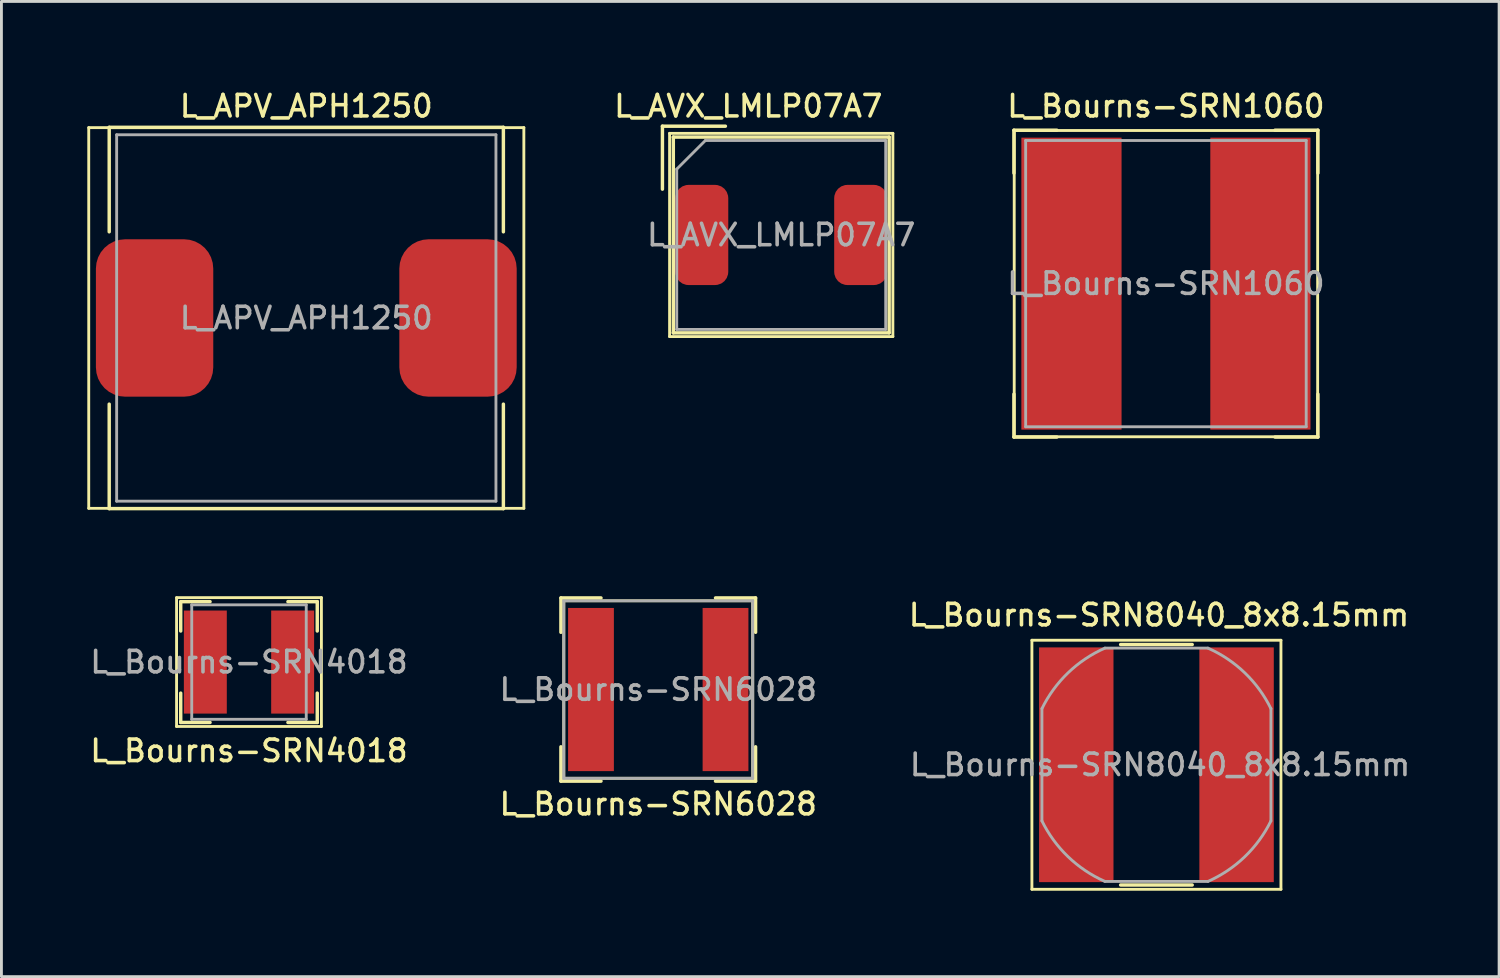
<source format=kicad_pcb>
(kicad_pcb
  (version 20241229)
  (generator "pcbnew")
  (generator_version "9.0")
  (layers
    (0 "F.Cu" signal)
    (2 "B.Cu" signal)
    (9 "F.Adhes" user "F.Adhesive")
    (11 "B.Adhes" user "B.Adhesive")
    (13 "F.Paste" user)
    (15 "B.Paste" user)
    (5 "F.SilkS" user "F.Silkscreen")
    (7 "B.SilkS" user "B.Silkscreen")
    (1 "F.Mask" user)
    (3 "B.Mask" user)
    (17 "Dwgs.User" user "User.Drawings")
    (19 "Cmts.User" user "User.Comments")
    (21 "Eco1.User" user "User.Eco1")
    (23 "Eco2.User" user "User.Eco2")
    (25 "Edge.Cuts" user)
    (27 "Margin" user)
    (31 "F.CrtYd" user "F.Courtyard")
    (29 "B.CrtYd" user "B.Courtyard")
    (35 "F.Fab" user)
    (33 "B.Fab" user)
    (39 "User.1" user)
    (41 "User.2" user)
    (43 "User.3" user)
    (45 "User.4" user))
  (footprint "L_APV_APH1250"
    (layer "F.Cu")
    (at 7.65 8.058)
    (property "Reference" "L_APV_APH1250" (at 0 -7.4 0) (layer "F.SilkS") (effects (font (size 0.75 0.75) (thickness 0.125))))
    (attr smd)
    (fp_line (start -7.6 -6.65) (end -7.6 6.65) (stroke (width 0.1) (type solid)) (layer "F.SilkS"))
    (fp_line (start -7.6 6.65) (end 7.6 6.65) (stroke (width 0.1) (type solid)) (layer "F.SilkS"))
    (fp_line (start -6.885 -6.66) (end -6.885 -3.01) (stroke (width 0.12) (type solid)) (layer "F.SilkS"))
    (fp_line (start -6.885 -6.66) (end 6.885 -6.66) (stroke (width 0.12) (type solid)) (layer "F.SilkS"))
    (fp_line (start -6.885 6.66) (end -6.885 3.01) (stroke (width 0.12) (type solid)) (layer "F.SilkS"))
    (fp_line (start -6.885 6.66) (end 6.885 6.66) (stroke (width 0.12) (type solid)) (layer "F.SilkS"))
    (fp_line (start 6.885 -6.66) (end 6.885 -3.01) (stroke (width 0.12) (type solid)) (layer "F.SilkS"))
    (fp_line (start 6.885 6.66) (end 6.885 3.01) (stroke (width 0.12) (type solid)) (layer "F.SilkS"))
    (fp_line (start 7.6 -6.65) (end -7.6 -6.65) (stroke (width 0.1) (type solid)) (layer "F.SilkS"))
    (fp_line (start 7.6 6.65) (end 7.6 -6.65) (stroke (width 0.1) (type solid)) (layer "F.SilkS"))
    (fp_line (start -6.625 -6.4) (end -6.625 6.4) (stroke (width 0.1) (type solid)) (layer "F.Fab"))
    (fp_line (start -6.625 6.4) (end 6.625 6.4) (stroke (width 0.1) (type solid)) (layer "F.Fab"))
    (fp_line (start 6.625 -6.4) (end -6.625 -6.4) (stroke (width 0.1) (type solid)) (layer "F.Fab"))
    (fp_line (start 6.625 6.4) (end 6.625 -6.4) (stroke (width 0.1) (type solid)) (layer "F.Fab"))
    (fp_text user "${REFERENCE}" (at 0 0 0) (layer "F.Fab") (effects (font (size 0.75 0.75) (thickness 0.125))))
    (pad "1" smd roundrect (at -5.3 0) (size 4.1 5.5) (layers "F.Cu" "F.Mask" "F.Paste") (roundrect_rratio 0.25))
    (pad "2" smd roundrect (at 5.3 0) (size 4.1 5.5) (layers "F.Cu" "F.Mask" "F.Paste") (roundrect_rratio 0.25)))
  (footprint "L_AVX_LMLP07A7"
    (layer "F.Cu")
    (at 24.241 5.158)
    (property "Reference" "L_AVX_LMLP07A7" (at -1.15 -4.5 0) (layer "F.SilkS") (effects (font (size 0.75 0.75) (thickness 0.125))))
    (attr smd)
    (fp_line (start -4.15 -3.8) (end -1.95 -3.8) (stroke (width 0.12) (type solid)) (layer "F.SilkS"))
    (fp_line (start -4.15 -1.6) (end -4.15 -3.8) (stroke (width 0.12) (type solid)) (layer "F.SilkS"))
    (fp_line (start -3.9 -3.55) (end -3.9 3.55) (stroke (width 0.1) (type solid)) (layer "F.SilkS"))
    (fp_line (start -3.9 -3.55) (end 3.9 -3.55) (stroke (width 0.1) (type solid)) (layer "F.SilkS"))
    (fp_line (start -3.9 3.55) (end 3.9 3.55) (stroke (width 0.1) (type solid)) (layer "F.SilkS"))
    (fp_line (start -3.77 -3.42) (end -3.77 3.42) (stroke (width 0.12) (type solid)) (layer "F.SilkS"))
    (fp_line (start -3.77 -3.42) (end 3.77 -3.42) (stroke (width 0.12) (type solid)) (layer "F.SilkS"))
    (fp_line (start -3.77 3.42) (end 3.77 3.42) (stroke (width 0.12) (type solid)) (layer "F.SilkS"))
    (fp_line (start 3.77 -3.42) (end 3.77 3.42) (stroke (width 0.12) (type solid)) (layer "F.SilkS"))
    (fp_line (start 3.9 -3.55) (end 3.9 3.55) (stroke (width 0.1) (type solid)) (layer "F.SilkS"))
    (fp_line (start -3.65 -2.3) (end -2.65 -3.3) (stroke (width 0.1) (type solid)) (layer "F.Fab"))
    (fp_line (start -3.65 3.3) (end -3.65 -2.3) (stroke (width 0.1) (type solid)) (layer "F.Fab"))
    (fp_line (start -2.65 -3.3) (end 3.65 -3.3) (stroke (width 0.1) (type solid)) (layer "F.Fab"))
    (fp_line (start 3.65 -3.3) (end 3.65 3.3) (stroke (width 0.1) (type solid)) (layer "F.Fab"))
    (fp_line (start 3.65 3.3) (end -3.65 3.3) (stroke (width 0.1) (type solid)) (layer "F.Fab"))
    (fp_text user "${REFERENCE}" (at 0 0 0) (layer "F.Fab") (effects (font (size 0.75 0.75) (thickness 0.125))))
    (pad "1" smd roundrect (at -2.775 0) (size 1.85 3.5) (layers "F.Cu" "F.Mask" "F.Paste") (roundrect_rratio 0.25))
    (pad "2" smd roundrect (at 2.775 0) (size 1.85 3.5) (layers "F.Cu" "F.Mask" "F.Paste") (roundrect_rratio 0.25)))
  (footprint "L_Bourns-SRN6028"
    (layer "F.Cu")
    (at 19.945 21.038)
    (property "Reference" "L_Bourns-SRN6028" (at 0 4 0) (layer "F.SilkS") (effects (font (size 0.75 0.75) (thickness 0.125))))
    (attr smd)
    (fp_line (start -3.4 -3.2) (end -3.4 -2) (stroke (width 0.12) (type solid)) (layer "F.SilkS"))
    (fp_line (start -3.4 -3.2) (end -2 -3.2) (stroke (width 0.12) (type solid)) (layer "F.SilkS"))
    (fp_line (start -3.4 3.2) (end -3.4 2) (stroke (width 0.12) (type solid)) (layer "F.SilkS"))
    (fp_line (start -3.4 3.2) (end -2 3.2) (stroke (width 0.12) (type solid)) (layer "F.SilkS"))
    (fp_line (start -3.3 -3.1) (end -3.3 3.1) (stroke (width 0.1) (type solid)) (layer "F.SilkS"))
    (fp_line (start -3.3 -3.1) (end 3.3 -3.1) (stroke (width 0.1) (type solid)) (layer "F.SilkS"))
    (fp_line (start 3.3 -3.1) (end 3.3 3.1) (stroke (width 0.1) (type solid)) (layer "F.SilkS"))
    (fp_line (start 3.3 3.1) (end -3.3 3.1) (stroke (width 0.1) (type solid)) (layer "F.SilkS"))
    (fp_line (start 3.4 -3.2) (end 2 -3.2) (stroke (width 0.12) (type solid)) (layer "F.SilkS"))
    (fp_line (start 3.4 -3.2) (end 3.4 -2) (stroke (width 0.12) (type solid)) (layer "F.SilkS"))
    (fp_line (start 3.4 3.2) (end 2 3.2) (stroke (width 0.12) (type solid)) (layer "F.SilkS"))
    (fp_line (start 3.4 3.2) (end 3.4 2) (stroke (width 0.12) (type solid)) (layer "F.SilkS"))
    (fp_line (start -3.3 -3.1) (end -3.3 3.1) (stroke (width 0.1) (type solid)) (layer "F.Fab"))
    (fp_line (start -3.3 -3.1) (end 3.3 -3.1) (stroke (width 0.1) (type solid)) (layer "F.Fab"))
    (fp_line (start 3.3 -3.1) (end 3.3 3.1) (stroke (width 0.1) (type solid)) (layer "F.Fab"))
    (fp_line (start 3.3 3.1) (end -3.3 3.1) (stroke (width 0.1) (type solid)) (layer "F.Fab"))
    (fp_text user "${REFERENCE}" (at 0 0 0) (layer "F.Fab") (effects (font (size 0.75 0.75) (thickness 0.125))))
    (pad "1" smd rect (at -2.35 0) (size 1.6 5.7) (layers "F.Cu" "F.Mask" "F.Paste"))
    (pad "2" smd rect (at 2.35 0) (size 1.6 5.7) (layers "F.Cu" "F.Mask" "F.Paste")))
  (footprint "L_Bourns-SRN8040_8x8.15mm"
    (layer "F.Cu")
    (at 37.348 23.666)
    (property "Reference" "L_Bourns-SRN8040_8x8.15mm" (at 0.09 -5.23 0) (layer "F.SilkS") (effects (font (size 0.75 0.75) (thickness 0.125))))
    (attr smd)
    (fp_line (start -4.35 -4.35) (end -4.35 4.35) (stroke (width 0.1) (type solid)) (layer "F.SilkS"))
    (fp_line (start -4.35 -4.35) (end 4.35 -4.35) (stroke (width 0.1) (type solid)) (layer "F.SilkS"))
    (fp_line (start -4.35 4.35) (end 4.35 4.35) (stroke (width 0.1) (type solid)) (layer "F.SilkS"))
    (fp_line (start -1.25 4.2) (end 1.25 4.2) (stroke (width 0.12) (type solid)) (layer "F.SilkS"))
    (fp_line (start 1.25 -4.2) (end -1.25 -4.2) (stroke (width 0.12) (type solid)) (layer "F.SilkS"))
    (fp_line (start 4.35 -4.35) (end 4.35 4.35) (stroke (width 0.1) (type solid)) (layer "F.SilkS"))
    (fp_line (start -4 -1.96) (end -4 1.96) (stroke (width 0.1) (type solid)) (layer "F.Fab"))
    (fp_line (start -1.8 -4.075) (end 1.8 -4.075) (stroke (width 0.1) (type solid)) (layer "F.Fab"))
    (fp_line (start 1.8 4.075) (end -1.8 4.075) (stroke (width 0.1) (type solid)) (layer "F.Fab"))
    (fp_line (start 4 -1.96) (end 4 1.96) (stroke (width 0.1) (type solid)) (layer "F.Fab"))
    (fp_arc (start -3.99824 -1.964613) (mid -3.085179 -3.213611) (end -1.8 -4.075) (stroke (width 0.1) (type solid)) (layer "F.Fab"))
    (fp_arc (start -1.804314 4.072598) (mid -3.088411 3.209878) (end -4 1.96) (stroke (width 0.1) (type solid)) (layer "F.Fab"))
    (fp_arc (start 1.799817 -4.074587) (mid 3.086639 -3.211582) (end 4 -1.96) (stroke (width 0.1) (type solid)) (layer "F.Fab"))
    (fp_arc (start 3.99824 1.964613) (mid 3.085179 3.213611) (end 1.8 4.075) (stroke (width 0.1) (type solid)) (layer "F.Fab"))
    (fp_text user "${REFERENCE}" (at 0.127 0 0) (layer "F.Fab") (effects (font (size 0.75 0.75) (thickness 0.125))))
    (pad "1" smd rect (at -2.8 0) (size 2.6 8.2) (layers "F.Cu" "F.Mask" "F.Paste"))
    (pad "2" smd rect (at 2.8 0) (size 2.6 8.2) (layers "F.Cu" "F.Mask" "F.Paste")))
  (footprint "L_Bourns-SRN4018"
    (layer "F.Cu")
    (at 5.648 20.078)
    (property "Reference" "L_Bourns-SRN4018" (at 0 3.1 0) (layer "F.SilkS") (effects (font (size 0.75 0.75) (thickness 0.125))))
    (attr smd)
    (fp_line (start -2.53 -2.25) (end -2.53 2.25) (stroke (width 0.1) (type solid)) (layer "F.SilkS"))
    (fp_line (start -2.53 -2.25) (end 2.53 -2.25) (stroke (width 0.1) (type solid)) (layer "F.SilkS"))
    (fp_line (start -2.53 2.25) (end 2.53 2.25) (stroke (width 0.1) (type solid)) (layer "F.SilkS"))
    (fp_line (start -2.385 -2.11) (end -2.385 -1.085) (stroke (width 0.12) (type solid)) (layer "F.SilkS"))
    (fp_line (start -2.385 -2.11) (end -1.36 -2.11) (stroke (width 0.12) (type solid)) (layer "F.SilkS"))
    (fp_line (start -2.385 2.11) (end -2.385 1.085) (stroke (width 0.12) (type solid)) (layer "F.SilkS"))
    (fp_line (start -2.385 2.11) (end -1.36 2.11) (stroke (width 0.12) (type solid)) (layer "F.SilkS"))
    (fp_line (start 2.385 -2.11) (end 1.36 -2.11) (stroke (width 0.12) (type solid)) (layer "F.SilkS"))
    (fp_line (start 2.385 -2.11) (end 2.385 -1.085) (stroke (width 0.12) (type solid)) (layer "F.SilkS"))
    (fp_line (start 2.385 2.11) (end 1.36 2.11) (stroke (width 0.12) (type solid)) (layer "F.SilkS"))
    (fp_line (start 2.385 2.11) (end 2.385 1.085) (stroke (width 0.12) (type solid)) (layer "F.SilkS"))
    (fp_line (start 2.53 -2.25) (end 2.53 2.25) (stroke (width 0.1) (type solid)) (layer "F.SilkS"))
    (fp_line (start -2 -2) (end -2 2) (stroke (width 0.1) (type solid)) (layer "F.Fab"))
    (fp_line (start -2 -2) (end 2 -2) (stroke (width 0.1) (type solid)) (layer "F.Fab"))
    (fp_line (start 2 -2) (end 2 2) (stroke (width 0.1) (type solid)) (layer "F.Fab"))
    (fp_line (start 2 2) (end -2 2) (stroke (width 0.1) (type solid)) (layer "F.Fab"))
    (fp_text user "${REFERENCE}" (at 0 0 0) (layer "F.Fab") (effects (font (size 0.75 0.75) (thickness 0.125))))
    (pad "1" smd rect (at -1.525 0) (size 1.5 3.6) (layers "F.Cu" "F.Mask" "F.Paste"))
    (pad "2" smd rect (at 1.525 0) (size 1.5 3.6) (layers "F.Cu" "F.Mask" "F.Paste")))
  (footprint "L_Bourns-SRN1060"
    (layer "F.Cu")
    (at 37.68 6.858)
    (property "Reference" "L_Bourns-SRN1060" (at 0 -6.2 0) (layer "F.SilkS") (effects (font (size 0.75 0.75) (thickness 0.125))))
    (attr smd)
    (fp_line (start -5.31 -5.36) (end -5.31 -3.86) (stroke (width 0.12) (type solid)) (layer "F.SilkS"))
    (fp_line (start -5.31 -5.36) (end -3.81 -5.36) (stroke (width 0.12) (type solid)) (layer "F.SilkS"))
    (fp_line (start -5.31 5.36) (end -5.31 3.86) (stroke (width 0.12) (type solid)) (layer "F.SilkS"))
    (fp_line (start -5.31 5.36) (end -3.81 5.36) (stroke (width 0.12) (type solid)) (layer "F.SilkS"))
    (fp_line (start -5.3 -5.35) (end -5.3 5.35) (stroke (width 0.1) (type solid)) (layer "F.SilkS"))
    (fp_line (start -5.3 -5.35) (end 5.3 -5.35) (stroke (width 0.1) (type solid)) (layer "F.SilkS"))
    (fp_line (start -5.3 5.35) (end 5.3 5.35) (stroke (width 0.1) (type solid)) (layer "F.SilkS"))
    (fp_line (start 5.3 -5.35) (end 5.3 5.35) (stroke (width 0.1) (type solid)) (layer "F.SilkS"))
    (fp_line (start 5.31 -5.36) (end 3.81 -5.36) (stroke (width 0.12) (type solid)) (layer "F.SilkS"))
    (fp_line (start 5.31 -5.36) (end 5.31 -3.86) (stroke (width 0.12) (type solid)) (layer "F.SilkS"))
    (fp_line (start 5.31 5.36) (end 3.81 5.36) (stroke (width 0.12) (type solid)) (layer "F.SilkS"))
    (fp_line (start 5.31 5.36) (end 5.31 3.86) (stroke (width 0.12) (type solid)) (layer "F.SilkS"))
    (fp_line (start -4.9 -5) (end -4.9 5) (stroke (width 0.1) (type solid)) (layer "F.Fab"))
    (fp_line (start -4.9 -5) (end 4.9 -5) (stroke (width 0.1) (type solid)) (layer "F.Fab"))
    (fp_line (start -4.9 5) (end 4.9 5) (stroke (width 0.1) (type solid)) (layer "F.Fab"))
    (fp_line (start 4.9 -5) (end 4.9 5) (stroke (width 0.1) (type solid)) (layer "F.Fab"))
    (fp_text user "${REFERENCE}" (at 0 0 0) (layer "F.Fab") (effects (font (size 0.75 0.75) (thickness 0.125))))
    (pad "1" smd rect (at -3.3 0) (size 3.5 10.2) (layers "F.Cu" "F.Mask" "F.Paste"))
    (pad "2" smd rect (at 3.3 0) (size 3.5 10.2) (layers "F.Cu" "F.Mask" "F.Paste")))
  (gr_rect
    (start -3 -3)
    (end 49.319 31.066)
    (stroke (width 0.1) (type default))
    (fill no)
    (layer "Edge.Cuts")))
</source>
